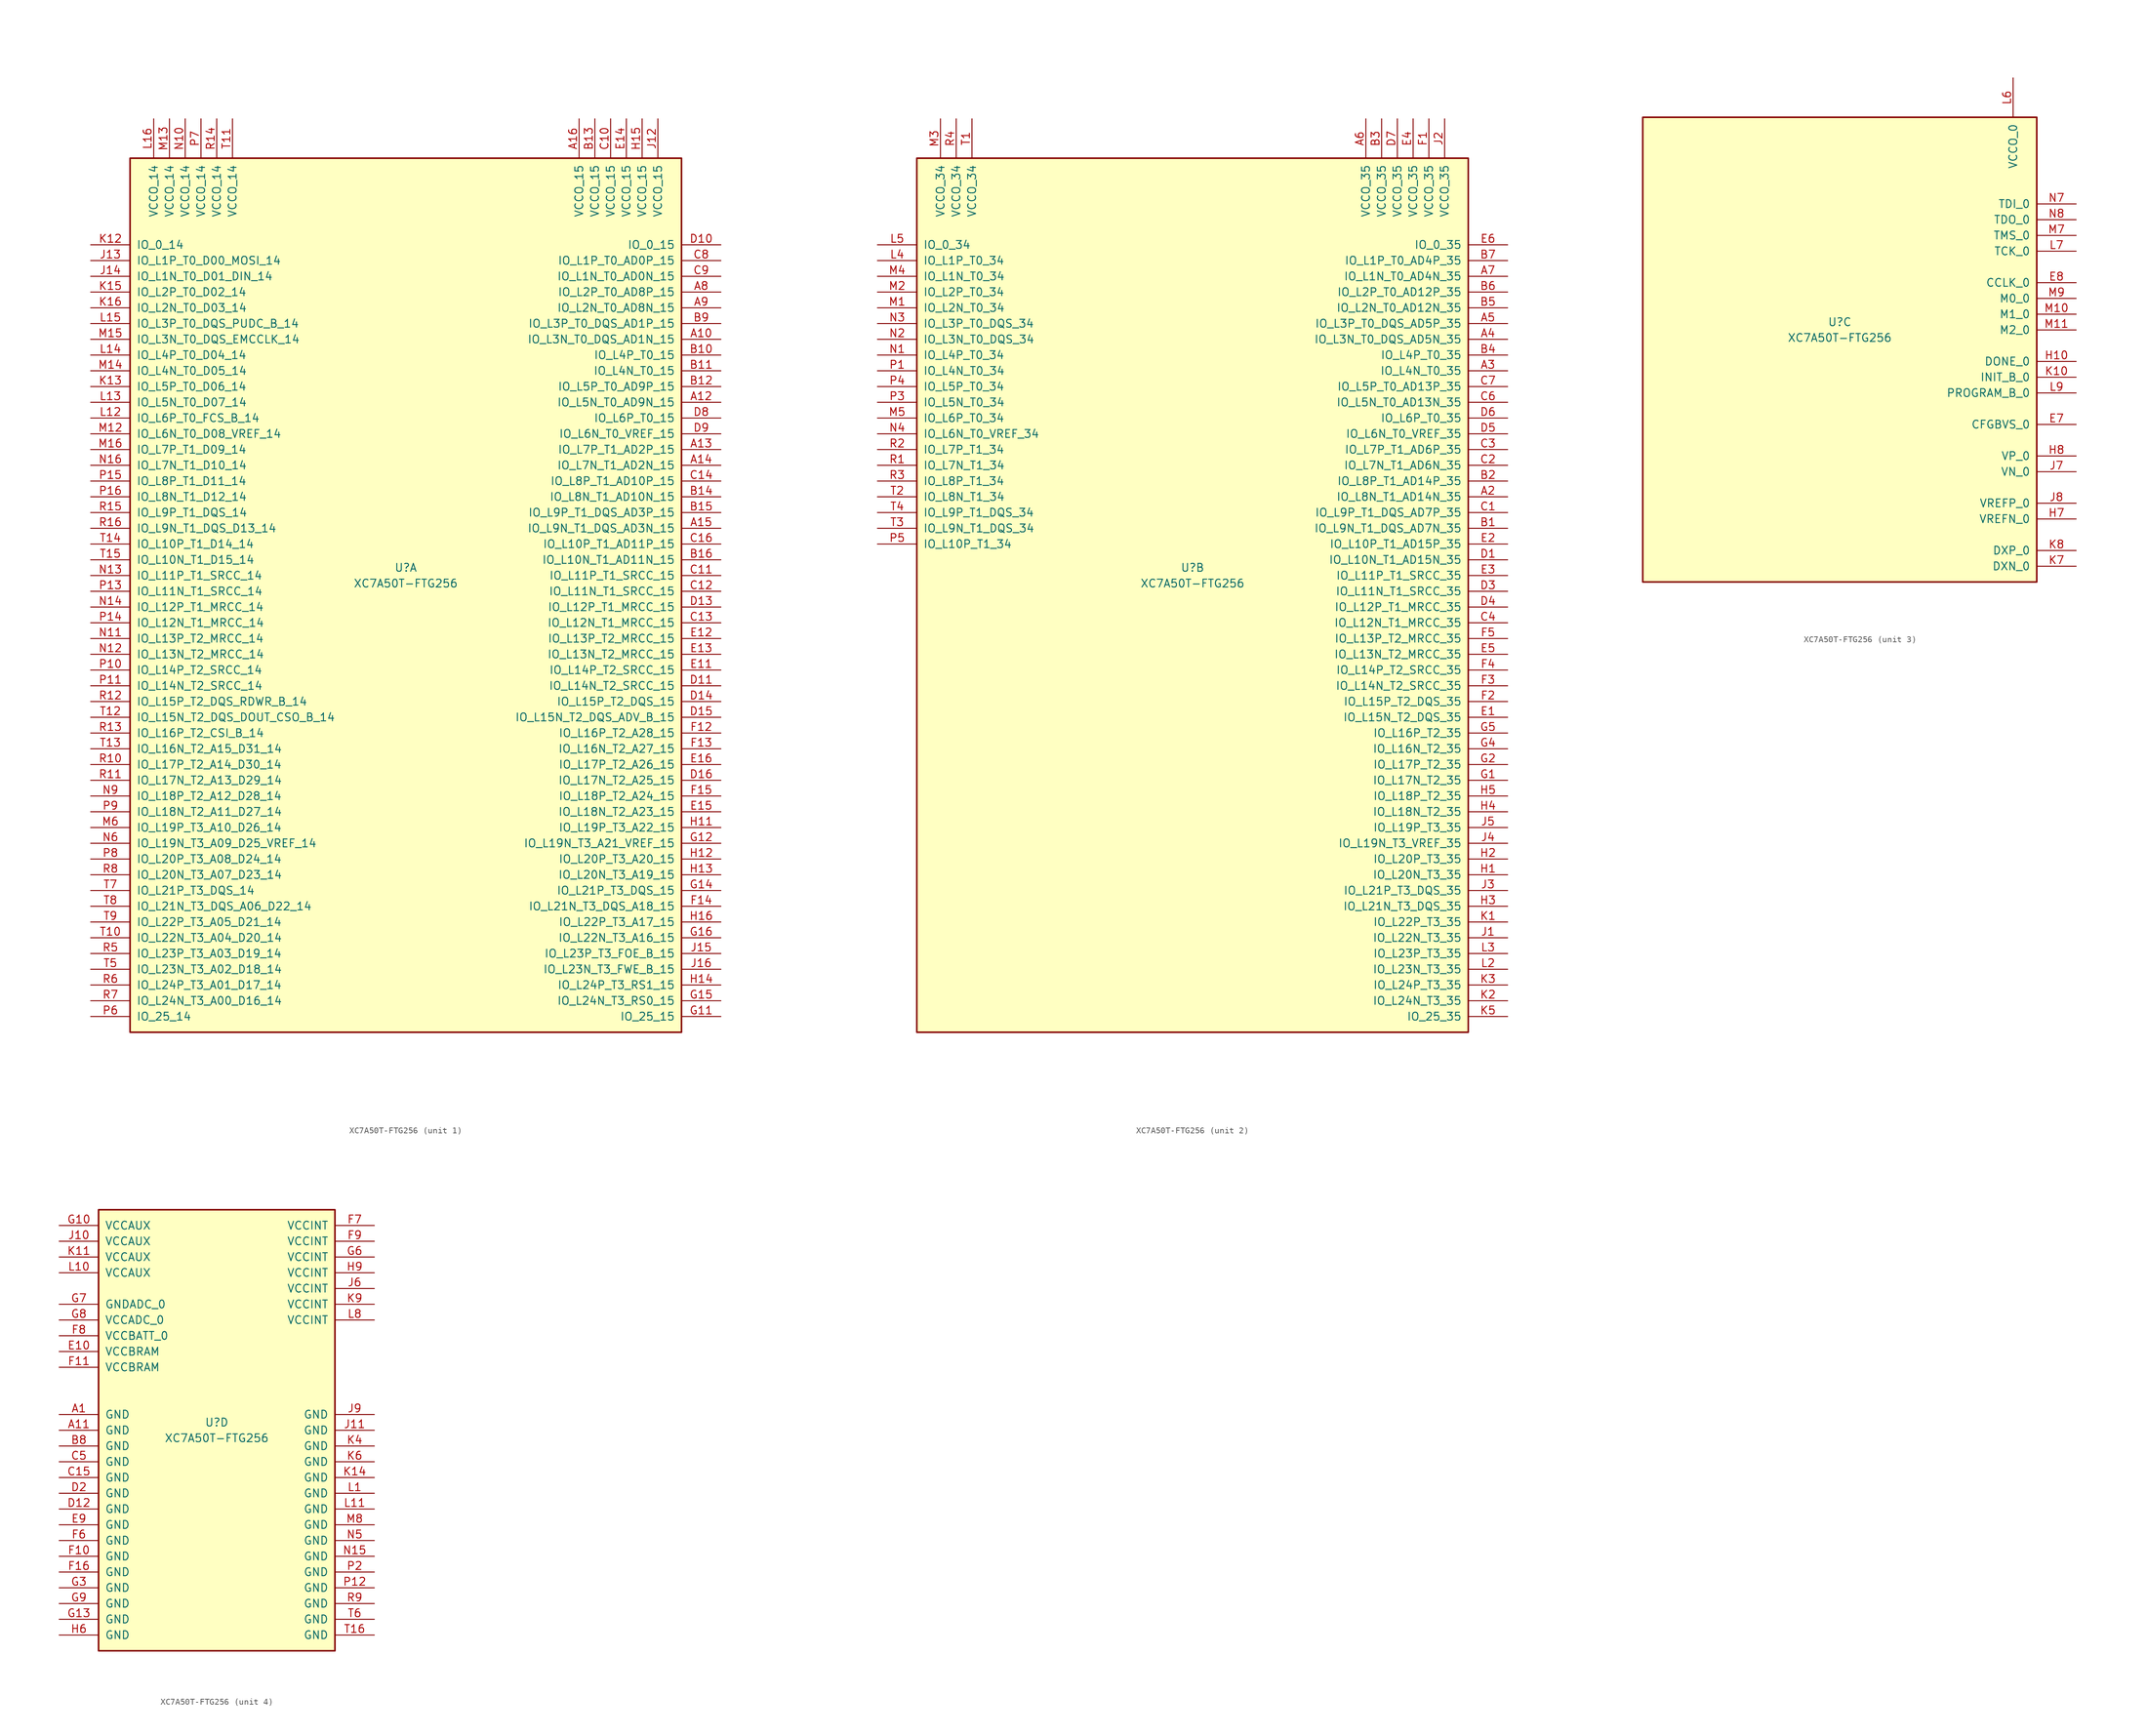
<source format=kicad_sym>
(kicad_symbol_lib
  (version 20201005)
  (generator kicad_symbol_editor)
  (symbol "XC7A50T-FTG256"
    (pin_names
      (offset 1.016))
    (property "Reference" "U"
      (at 0 1.27 0)
      (effects (font (size 1.27 1.27))))
    (property "Value" "XC7A50T-FTG256"
      (at 0 -1.27 0)
      (effects (font (size 1.27 1.27))))
    (property "Datasheet" ""
      (at 0 0 0)
      (effects (font (size 1.27 1.27))))
    (property "ki_locked" ""
      (at 0 0 0)
      (effects (font (size 1.27 1.27))))
    (symbol "XC7A50T-FTG256_1_1"
      (rectangle (start -44.45 67.31) (end 44.45 -73.66) (stroke (width 0.254)) (fill (type background)))
      (pin bidirectional line (at 50.8 38.1 180) (length 6.35) (name "IO_L3N_T0_DQS_AD1N_15" (effects (font (size 1.27 1.27)))) (number "A10" (effects (font (size 1.27 1.27)))))
      (pin bidirectional line (at 50.8 27.94 180) (length 6.35) (name "IO_L5N_T0_AD9N_15" (effects (font (size 1.27 1.27)))) (number "A12" (effects (font (size 1.27 1.27)))))
      (pin bidirectional line (at 50.8 20.32 180) (length 6.35) (name "IO_L7P_T1_AD2P_15" (effects (font (size 1.27 1.27)))) (number "A13" (effects (font (size 1.27 1.27)))))
      (pin bidirectional line (at 50.8 17.78 180) (length 6.35) (name "IO_L7N_T1_AD2N_15" (effects (font (size 1.27 1.27)))) (number "A14" (effects (font (size 1.27 1.27)))))
      (pin bidirectional line (at 50.8 7.62 180) (length 6.35) (name "IO_L9N_T1_DQS_AD3N_15" (effects (font (size 1.27 1.27)))) (number "A15" (effects (font (size 1.27 1.27)))))
      (pin power_in line (at 27.94 73.66 270) (length 6.35) (name "VCCO_15" (effects (font (size 1.27 1.27)))) (number "A16" (effects (font (size 1.27 1.27)))))
      (pin bidirectional line (at 50.8 45.72 180) (length 6.35) (name "IO_L2P_T0_AD8P_15" (effects (font (size 1.27 1.27)))) (number "A8" (effects (font (size 1.27 1.27)))))
      (pin bidirectional line (at 50.8 43.18 180) (length 6.35) (name "IO_L2N_T0_AD8N_15" (effects (font (size 1.27 1.27)))) (number "A9" (effects (font (size 1.27 1.27)))))
      (pin bidirectional line (at 50.8 35.56 180) (length 6.35) (name "IO_L4P_T0_15" (effects (font (size 1.27 1.27)))) (number "B10" (effects (font (size 1.27 1.27)))))
      (pin bidirectional line (at 50.8 33.02 180) (length 6.35) (name "IO_L4N_T0_15" (effects (font (size 1.27 1.27)))) (number "B11" (effects (font (size 1.27 1.27)))))
      (pin bidirectional line (at 50.8 30.48 180) (length 6.35) (name "IO_L5P_T0_AD9P_15" (effects (font (size 1.27 1.27)))) (number "B12" (effects (font (size 1.27 1.27)))))
      (pin power_in line (at 30.48 73.66 270) (length 6.35) (name "VCCO_15" (effects (font (size 1.27 1.27)))) (number "B13" (effects (font (size 1.27 1.27)))))
      (pin bidirectional line (at 50.8 12.7 180) (length 6.35) (name "IO_L8N_T1_AD10N_15" (effects (font (size 1.27 1.27)))) (number "B14" (effects (font (size 1.27 1.27)))))
      (pin bidirectional line (at 50.8 10.16 180) (length 6.35) (name "IO_L9P_T1_DQS_AD3P_15" (effects (font (size 1.27 1.27)))) (number "B15" (effects (font (size 1.27 1.27)))))
      (pin bidirectional line (at 50.8 2.54 180) (length 6.35) (name "IO_L10N_T1_AD11N_15" (effects (font (size 1.27 1.27)))) (number "B16" (effects (font (size 1.27 1.27)))))
      (pin bidirectional line (at 50.8 40.64 180) (length 6.35) (name "IO_L3P_T0_DQS_AD1P_15" (effects (font (size 1.27 1.27)))) (number "B9" (effects (font (size 1.27 1.27)))))
      (pin power_in line (at 33.02 73.66 270) (length 6.35) (name "VCCO_15" (effects (font (size 1.27 1.27)))) (number "C10" (effects (font (size 1.27 1.27)))))
      (pin bidirectional line (at 50.8 0 180) (length 6.35) (name "IO_L11P_T1_SRCC_15" (effects (font (size 1.27 1.27)))) (number "C11" (effects (font (size 1.27 1.27)))))
      (pin bidirectional line (at 50.8 -2.54 180) (length 6.35) (name "IO_L11N_T1_SRCC_15" (effects (font (size 1.27 1.27)))) (number "C12" (effects (font (size 1.27 1.27)))))
      (pin bidirectional line (at 50.8 -7.62 180) (length 6.35) (name "IO_L12N_T1_MRCC_15" (effects (font (size 1.27 1.27)))) (number "C13" (effects (font (size 1.27 1.27)))))
      (pin bidirectional line (at 50.8 15.24 180) (length 6.35) (name "IO_L8P_T1_AD10P_15" (effects (font (size 1.27 1.27)))) (number "C14" (effects (font (size 1.27 1.27)))))
      (pin bidirectional line (at 50.8 5.08 180) (length 6.35) (name "IO_L10P_T1_AD11P_15" (effects (font (size 1.27 1.27)))) (number "C16" (effects (font (size 1.27 1.27)))))
      (pin bidirectional line (at 50.8 50.8 180) (length 6.35) (name "IO_L1P_T0_AD0P_15" (effects (font (size 1.27 1.27)))) (number "C8" (effects (font (size 1.27 1.27)))))
      (pin bidirectional line (at 50.8 48.26 180) (length 6.35) (name "IO_L1N_T0_AD0N_15" (effects (font (size 1.27 1.27)))) (number "C9" (effects (font (size 1.27 1.27)))))
      (pin bidirectional line (at 50.8 53.34 180) (length 6.35) (name "IO_0_15" (effects (font (size 1.27 1.27)))) (number "D10" (effects (font (size 1.27 1.27)))))
      (pin bidirectional line (at 50.8 -17.78 180) (length 6.35) (name "IO_L14N_T2_SRCC_15" (effects (font (size 1.27 1.27)))) (number "D11" (effects (font (size 1.27 1.27)))))
      (pin bidirectional line (at 50.8 -5.08 180) (length 6.35) (name "IO_L12P_T1_MRCC_15" (effects (font (size 1.27 1.27)))) (number "D13" (effects (font (size 1.27 1.27)))))
      (pin bidirectional line (at 50.8 -20.32 180) (length 6.35) (name "IO_L15P_T2_DQS_15" (effects (font (size 1.27 1.27)))) (number "D14" (effects (font (size 1.27 1.27)))))
      (pin bidirectional line (at 50.8 -22.86 180) (length 6.35) (name "IO_L15N_T2_DQS_ADV_B_15" (effects (font (size 1.27 1.27)))) (number "D15" (effects (font (size 1.27 1.27)))))
      (pin bidirectional line (at 50.8 -33.02 180) (length 6.35) (name "IO_L17N_T2_A25_15" (effects (font (size 1.27 1.27)))) (number "D16" (effects (font (size 1.27 1.27)))))
      (pin bidirectional line (at 50.8 25.4 180) (length 6.35) (name "IO_L6P_T0_15" (effects (font (size 1.27 1.27)))) (number "D8" (effects (font (size 1.27 1.27)))))
      (pin bidirectional line (at 50.8 22.86 180) (length 6.35) (name "IO_L6N_T0_VREF_15" (effects (font (size 1.27 1.27)))) (number "D9" (effects (font (size 1.27 1.27)))))
      (pin bidirectional line (at 50.8 -15.24 180) (length 6.35) (name "IO_L14P_T2_SRCC_15" (effects (font (size 1.27 1.27)))) (number "E11" (effects (font (size 1.27 1.27)))))
      (pin bidirectional line (at 50.8 -10.16 180) (length 6.35) (name "IO_L13P_T2_MRCC_15" (effects (font (size 1.27 1.27)))) (number "E12" (effects (font (size 1.27 1.27)))))
      (pin bidirectional line (at 50.8 -12.7 180) (length 6.35) (name "IO_L13N_T2_MRCC_15" (effects (font (size 1.27 1.27)))) (number "E13" (effects (font (size 1.27 1.27)))))
      (pin power_in line (at 35.56 73.66 270) (length 6.35) (name "VCCO_15" (effects (font (size 1.27 1.27)))) (number "E14" (effects (font (size 1.27 1.27)))))
      (pin bidirectional line (at 50.8 -38.1 180) (length 6.35) (name "IO_L18N_T2_A23_15" (effects (font (size 1.27 1.27)))) (number "E15" (effects (font (size 1.27 1.27)))))
      (pin bidirectional line (at 50.8 -30.48 180) (length 6.35) (name "IO_L17P_T2_A26_15" (effects (font (size 1.27 1.27)))) (number "E16" (effects (font (size 1.27 1.27)))))
      (pin bidirectional line (at 50.8 -25.4 180) (length 6.35) (name "IO_L16P_T2_A28_15" (effects (font (size 1.27 1.27)))) (number "F12" (effects (font (size 1.27 1.27)))))
      (pin bidirectional line (at 50.8 -27.94 180) (length 6.35) (name "IO_L16N_T2_A27_15" (effects (font (size 1.27 1.27)))) (number "F13" (effects (font (size 1.27 1.27)))))
      (pin bidirectional line (at 50.8 -53.34 180) (length 6.35) (name "IO_L21N_T3_DQS_A18_15" (effects (font (size 1.27 1.27)))) (number "F14" (effects (font (size 1.27 1.27)))))
      (pin bidirectional line (at 50.8 -35.56 180) (length 6.35) (name "IO_L18P_T2_A24_15" (effects (font (size 1.27 1.27)))) (number "F15" (effects (font (size 1.27 1.27)))))
      (pin bidirectional line (at 50.8 -71.12 180) (length 6.35) (name "IO_25_15" (effects (font (size 1.27 1.27)))) (number "G11" (effects (font (size 1.27 1.27)))))
      (pin bidirectional line (at 50.8 -43.18 180) (length 6.35) (name "IO_L19N_T3_A21_VREF_15" (effects (font (size 1.27 1.27)))) (number "G12" (effects (font (size 1.27 1.27)))))
      (pin bidirectional line (at 50.8 -50.8 180) (length 6.35) (name "IO_L21P_T3_DQS_15" (effects (font (size 1.27 1.27)))) (number "G14" (effects (font (size 1.27 1.27)))))
      (pin bidirectional line (at 50.8 -68.58 180) (length 6.35) (name "IO_L24N_T3_RS0_15" (effects (font (size 1.27 1.27)))) (number "G15" (effects (font (size 1.27 1.27)))))
      (pin bidirectional line (at 50.8 -58.42 180) (length 6.35) (name "IO_L22N_T3_A16_15" (effects (font (size 1.27 1.27)))) (number "G16" (effects (font (size 1.27 1.27)))))
      (pin bidirectional line (at 50.8 -40.64 180) (length 6.35) (name "IO_L19P_T3_A22_15" (effects (font (size 1.27 1.27)))) (number "H11" (effects (font (size 1.27 1.27)))))
      (pin bidirectional line (at 50.8 -45.72 180) (length 6.35) (name "IO_L20P_T3_A20_15" (effects (font (size 1.27 1.27)))) (number "H12" (effects (font (size 1.27 1.27)))))
      (pin bidirectional line (at 50.8 -48.26 180) (length 6.35) (name "IO_L20N_T3_A19_15" (effects (font (size 1.27 1.27)))) (number "H13" (effects (font (size 1.27 1.27)))))
      (pin bidirectional line (at 50.8 -66.04 180) (length 6.35) (name "IO_L24P_T3_RS1_15" (effects (font (size 1.27 1.27)))) (number "H14" (effects (font (size 1.27 1.27)))))
      (pin power_in line (at 38.1 73.66 270) (length 6.35) (name "VCCO_15" (effects (font (size 1.27 1.27)))) (number "H15" (effects (font (size 1.27 1.27)))))
      (pin bidirectional line (at 50.8 -55.88 180) (length 6.35) (name "IO_L22P_T3_A17_15" (effects (font (size 1.27 1.27)))) (number "H16" (effects (font (size 1.27 1.27)))))
      (pin power_in line (at 40.64 73.66 270) (length 6.35) (name "VCCO_15" (effects (font (size 1.27 1.27)))) (number "J12" (effects (font (size 1.27 1.27)))))
      (pin bidirectional line (at -50.8 50.8 0) (length 6.35) (name "IO_L1P_T0_D00_MOSI_14" (effects (font (size 1.27 1.27)))) (number "J13" (effects (font (size 1.27 1.27)))))
      (pin bidirectional line (at -50.8 48.26 0) (length 6.35) (name "IO_L1N_T0_D01_DIN_14" (effects (font (size 1.27 1.27)))) (number "J14" (effects (font (size 1.27 1.27)))))
      (pin bidirectional line (at 50.8 -60.96 180) (length 6.35) (name "IO_L23P_T3_FOE_B_15" (effects (font (size 1.27 1.27)))) (number "J15" (effects (font (size 1.27 1.27)))))
      (pin bidirectional line (at 50.8 -63.5 180) (length 6.35) (name "IO_L23N_T3_FWE_B_15" (effects (font (size 1.27 1.27)))) (number "J16" (effects (font (size 1.27 1.27)))))
      (pin bidirectional line (at -50.8 53.34 0) (length 6.35) (name "IO_0_14" (effects (font (size 1.27 1.27)))) (number "K12" (effects (font (size 1.27 1.27)))))
      (pin bidirectional line (at -50.8 30.48 0) (length 6.35) (name "IO_L5P_T0_D06_14" (effects (font (size 1.27 1.27)))) (number "K13" (effects (font (size 1.27 1.27)))))
      (pin bidirectional line (at -50.8 45.72 0) (length 6.35) (name "IO_L2P_T0_D02_14" (effects (font (size 1.27 1.27)))) (number "K15" (effects (font (size 1.27 1.27)))))
      (pin bidirectional line (at -50.8 43.18 0) (length 6.35) (name "IO_L2N_T0_D03_14" (effects (font (size 1.27 1.27)))) (number "K16" (effects (font (size 1.27 1.27)))))
      (pin bidirectional line (at -50.8 25.4 0) (length 6.35) (name "IO_L6P_T0_FCS_B_14" (effects (font (size 1.27 1.27)))) (number "L12" (effects (font (size 1.27 1.27)))))
      (pin bidirectional line (at -50.8 27.94 0) (length 6.35) (name "IO_L5N_T0_D07_14" (effects (font (size 1.27 1.27)))) (number "L13" (effects (font (size 1.27 1.27)))))
      (pin bidirectional line (at -50.8 35.56 0) (length 6.35) (name "IO_L4P_T0_D04_14" (effects (font (size 1.27 1.27)))) (number "L14" (effects (font (size 1.27 1.27)))))
      (pin bidirectional line (at -50.8 40.64 0) (length 6.35) (name "IO_L3P_T0_DQS_PUDC_B_14" (effects (font (size 1.27 1.27)))) (number "L15" (effects (font (size 1.27 1.27)))))
      (pin power_in line (at -40.64 73.66 270) (length 6.35) (name "VCCO_14" (effects (font (size 1.27 1.27)))) (number "L16" (effects (font (size 1.27 1.27)))))
      (pin bidirectional line (at -50.8 22.86 0) (length 6.35) (name "IO_L6N_T0_D08_VREF_14" (effects (font (size 1.27 1.27)))) (number "M12" (effects (font (size 1.27 1.27)))))
      (pin power_in line (at -38.1 73.66 270) (length 6.35) (name "VCCO_14" (effects (font (size 1.27 1.27)))) (number "M13" (effects (font (size 1.27 1.27)))))
      (pin bidirectional line (at -50.8 33.02 0) (length 6.35) (name "IO_L4N_T0_D05_14" (effects (font (size 1.27 1.27)))) (number "M14" (effects (font (size 1.27 1.27)))))
      (pin bidirectional line (at -50.8 38.1 0) (length 6.35) (name "IO_L3N_T0_DQS_EMCCLK_14" (effects (font (size 1.27 1.27)))) (number "M15" (effects (font (size 1.27 1.27)))))
      (pin bidirectional line (at -50.8 20.32 0) (length 6.35) (name "IO_L7P_T1_D09_14" (effects (font (size 1.27 1.27)))) (number "M16" (effects (font (size 1.27 1.27)))))
      (pin bidirectional line (at -50.8 -40.64 0) (length 6.35) (name "IO_L19P_T3_A10_D26_14" (effects (font (size 1.27 1.27)))) (number "M6" (effects (font (size 1.27 1.27)))))
      (pin power_in line (at -35.56 73.66 270) (length 6.35) (name "VCCO_14" (effects (font (size 1.27 1.27)))) (number "N10" (effects (font (size 1.27 1.27)))))
      (pin bidirectional line (at -50.8 -10.16 0) (length 6.35) (name "IO_L13P_T2_MRCC_14" (effects (font (size 1.27 1.27)))) (number "N11" (effects (font (size 1.27 1.27)))))
      (pin bidirectional line (at -50.8 -12.7 0) (length 6.35) (name "IO_L13N_T2_MRCC_14" (effects (font (size 1.27 1.27)))) (number "N12" (effects (font (size 1.27 1.27)))))
      (pin bidirectional line (at -50.8 0 0) (length 6.35) (name "IO_L11P_T1_SRCC_14" (effects (font (size 1.27 1.27)))) (number "N13" (effects (font (size 1.27 1.27)))))
      (pin bidirectional line (at -50.8 -5.08 0) (length 6.35) (name "IO_L12P_T1_MRCC_14" (effects (font (size 1.27 1.27)))) (number "N14" (effects (font (size 1.27 1.27)))))
      (pin bidirectional line (at -50.8 17.78 0) (length 6.35) (name "IO_L7N_T1_D10_14" (effects (font (size 1.27 1.27)))) (number "N16" (effects (font (size 1.27 1.27)))))
      (pin bidirectional line (at -50.8 -43.18 0) (length 6.35) (name "IO_L19N_T3_A09_D25_VREF_14" (effects (font (size 1.27 1.27)))) (number "N6" (effects (font (size 1.27 1.27)))))
      (pin bidirectional line (at -50.8 -35.56 0) (length 6.35) (name "IO_L18P_T2_A12_D28_14" (effects (font (size 1.27 1.27)))) (number "N9" (effects (font (size 1.27 1.27)))))
      (pin bidirectional line (at -50.8 -15.24 0) (length 6.35) (name "IO_L14P_T2_SRCC_14" (effects (font (size 1.27 1.27)))) (number "P10" (effects (font (size 1.27 1.27)))))
      (pin bidirectional line (at -50.8 -17.78 0) (length 6.35) (name "IO_L14N_T2_SRCC_14" (effects (font (size 1.27 1.27)))) (number "P11" (effects (font (size 1.27 1.27)))))
      (pin bidirectional line (at -50.8 -2.54 0) (length 6.35) (name "IO_L11N_T1_SRCC_14" (effects (font (size 1.27 1.27)))) (number "P13" (effects (font (size 1.27 1.27)))))
      (pin bidirectional line (at -50.8 -7.62 0) (length 6.35) (name "IO_L12N_T1_MRCC_14" (effects (font (size 1.27 1.27)))) (number "P14" (effects (font (size 1.27 1.27)))))
      (pin bidirectional line (at -50.8 15.24 0) (length 6.35) (name "IO_L8P_T1_D11_14" (effects (font (size 1.27 1.27)))) (number "P15" (effects (font (size 1.27 1.27)))))
      (pin bidirectional line (at -50.8 12.7 0) (length 6.35) (name "IO_L8N_T1_D12_14" (effects (font (size 1.27 1.27)))) (number "P16" (effects (font (size 1.27 1.27)))))
      (pin bidirectional line (at -50.8 -71.12 0) (length 6.35) (name "IO_25_14" (effects (font (size 1.27 1.27)))) (number "P6" (effects (font (size 1.27 1.27)))))
      (pin power_in line (at -33.02 73.66 270) (length 6.35) (name "VCCO_14" (effects (font (size 1.27 1.27)))) (number "P7" (effects (font (size 1.27 1.27)))))
      (pin bidirectional line (at -50.8 -45.72 0) (length 6.35) (name "IO_L20P_T3_A08_D24_14" (effects (font (size 1.27 1.27)))) (number "P8" (effects (font (size 1.27 1.27)))))
      (pin bidirectional line (at -50.8 -38.1 0) (length 6.35) (name "IO_L18N_T2_A11_D27_14" (effects (font (size 1.27 1.27)))) (number "P9" (effects (font (size 1.27 1.27)))))
      (pin bidirectional line (at -50.8 -30.48 0) (length 6.35) (name "IO_L17P_T2_A14_D30_14" (effects (font (size 1.27 1.27)))) (number "R10" (effects (font (size 1.27 1.27)))))
      (pin bidirectional line (at -50.8 -33.02 0) (length 6.35) (name "IO_L17N_T2_A13_D29_14" (effects (font (size 1.27 1.27)))) (number "R11" (effects (font (size 1.27 1.27)))))
      (pin bidirectional line (at -50.8 -20.32 0) (length 6.35) (name "IO_L15P_T2_DQS_RDWR_B_14" (effects (font (size 1.27 1.27)))) (number "R12" (effects (font (size 1.27 1.27)))))
      (pin bidirectional line (at -50.8 -25.4 0) (length 6.35) (name "IO_L16P_T2_CSI_B_14" (effects (font (size 1.27 1.27)))) (number "R13" (effects (font (size 1.27 1.27)))))
      (pin power_in line (at -30.48 73.66 270) (length 6.35) (name "VCCO_14" (effects (font (size 1.27 1.27)))) (number "R14" (effects (font (size 1.27 1.27)))))
      (pin bidirectional line (at -50.8 10.16 0) (length 6.35) (name "IO_L9P_T1_DQS_14" (effects (font (size 1.27 1.27)))) (number "R15" (effects (font (size 1.27 1.27)))))
      (pin bidirectional line (at -50.8 7.62 0) (length 6.35) (name "IO_L9N_T1_DQS_D13_14" (effects (font (size 1.27 1.27)))) (number "R16" (effects (font (size 1.27 1.27)))))
      (pin bidirectional line (at -50.8 -60.96 0) (length 6.35) (name "IO_L23P_T3_A03_D19_14" (effects (font (size 1.27 1.27)))) (number "R5" (effects (font (size 1.27 1.27)))))
      (pin bidirectional line (at -50.8 -66.04 0) (length 6.35) (name "IO_L24P_T3_A01_D17_14" (effects (font (size 1.27 1.27)))) (number "R6" (effects (font (size 1.27 1.27)))))
      (pin bidirectional line (at -50.8 -68.58 0) (length 6.35) (name "IO_L24N_T3_A00_D16_14" (effects (font (size 1.27 1.27)))) (number "R7" (effects (font (size 1.27 1.27)))))
      (pin bidirectional line (at -50.8 -48.26 0) (length 6.35) (name "IO_L20N_T3_A07_D23_14" (effects (font (size 1.27 1.27)))) (number "R8" (effects (font (size 1.27 1.27)))))
      (pin bidirectional line (at -50.8 -58.42 0) (length 6.35) (name "IO_L22N_T3_A04_D20_14" (effects (font (size 1.27 1.27)))) (number "T10" (effects (font (size 1.27 1.27)))))
      (pin power_in line (at -27.94 73.66 270) (length 6.35) (name "VCCO_14" (effects (font (size 1.27 1.27)))) (number "T11" (effects (font (size 1.27 1.27)))))
      (pin bidirectional line (at -50.8 -22.86 0) (length 6.35) (name "IO_L15N_T2_DQS_DOUT_CSO_B_14" (effects (font (size 1.27 1.27)))) (number "T12" (effects (font (size 1.27 1.27)))))
      (pin bidirectional line (at -50.8 -27.94 0) (length 6.35) (name "IO_L16N_T2_A15_D31_14" (effects (font (size 1.27 1.27)))) (number "T13" (effects (font (size 1.27 1.27)))))
      (pin bidirectional line (at -50.8 5.08 0) (length 6.35) (name "IO_L10P_T1_D14_14" (effects (font (size 1.27 1.27)))) (number "T14" (effects (font (size 1.27 1.27)))))
      (pin bidirectional line (at -50.8 2.54 0) (length 6.35) (name "IO_L10N_T1_D15_14" (effects (font (size 1.27 1.27)))) (number "T15" (effects (font (size 1.27 1.27)))))
      (pin bidirectional line (at -50.8 -63.5 0) (length 6.35) (name "IO_L23N_T3_A02_D18_14" (effects (font (size 1.27 1.27)))) (number "T5" (effects (font (size 1.27 1.27)))))
      (pin bidirectional line (at -50.8 -50.8 0) (length 6.35) (name "IO_L21P_T3_DQS_14" (effects (font (size 1.27 1.27)))) (number "T7" (effects (font (size 1.27 1.27)))))
      (pin bidirectional line (at -50.8 -53.34 0) (length 6.35) (name "IO_L21N_T3_DQS_A06_D22_14" (effects (font (size 1.27 1.27)))) (number "T8" (effects (font (size 1.27 1.27)))))
      (pin bidirectional line (at -50.8 -55.88 0) (length 6.35) (name "IO_L22P_T3_A05_D21_14" (effects (font (size 1.27 1.27)))) (number "T9" (effects (font (size 1.27 1.27))))))
    (symbol "XC7A50T-FTG256_2_1"
      (rectangle (start -44.45 67.31) (end 44.45 -73.66) (stroke (width 0.254)) (fill (type background)))
      (pin bidirectional line (at 50.8 12.7 180) (length 6.35) (name "IO_L8N_T1_AD14N_35" (effects (font (size 1.27 1.27)))) (number "A2" (effects (font (size 1.27 1.27)))))
      (pin bidirectional line (at 50.8 33.02 180) (length 6.35) (name "IO_L4N_T0_35" (effects (font (size 1.27 1.27)))) (number "A3" (effects (font (size 1.27 1.27)))))
      (pin bidirectional line (at 50.8 38.1 180) (length 6.35) (name "IO_L3N_T0_DQS_AD5N_35" (effects (font (size 1.27 1.27)))) (number "A4" (effects (font (size 1.27 1.27)))))
      (pin bidirectional line (at 50.8 40.64 180) (length 6.35) (name "IO_L3P_T0_DQS_AD5P_35" (effects (font (size 1.27 1.27)))) (number "A5" (effects (font (size 1.27 1.27)))))
      (pin power_in line (at 27.94 73.66 270) (length 6.35) (name "VCCO_35" (effects (font (size 1.27 1.27)))) (number "A6" (effects (font (size 1.27 1.27)))))
      (pin bidirectional line (at 50.8 48.26 180) (length 6.35) (name "IO_L1N_T0_AD4N_35" (effects (font (size 1.27 1.27)))) (number "A7" (effects (font (size 1.27 1.27)))))
      (pin bidirectional line (at 50.8 7.62 180) (length 6.35) (name "IO_L9N_T1_DQS_AD7N_35" (effects (font (size 1.27 1.27)))) (number "B1" (effects (font (size 1.27 1.27)))))
      (pin bidirectional line (at 50.8 15.24 180) (length 6.35) (name "IO_L8P_T1_AD14P_35" (effects (font (size 1.27 1.27)))) (number "B2" (effects (font (size 1.27 1.27)))))
      (pin power_in line (at 30.48 73.66 270) (length 6.35) (name "VCCO_35" (effects (font (size 1.27 1.27)))) (number "B3" (effects (font (size 1.27 1.27)))))
      (pin bidirectional line (at 50.8 35.56 180) (length 6.35) (name "IO_L4P_T0_35" (effects (font (size 1.27 1.27)))) (number "B4" (effects (font (size 1.27 1.27)))))
      (pin bidirectional line (at 50.8 43.18 180) (length 6.35) (name "IO_L2N_T0_AD12N_35" (effects (font (size 1.27 1.27)))) (number "B5" (effects (font (size 1.27 1.27)))))
      (pin bidirectional line (at 50.8 45.72 180) (length 6.35) (name "IO_L2P_T0_AD12P_35" (effects (font (size 1.27 1.27)))) (number "B6" (effects (font (size 1.27 1.27)))))
      (pin bidirectional line (at 50.8 50.8 180) (length 6.35) (name "IO_L1P_T0_AD4P_35" (effects (font (size 1.27 1.27)))) (number "B7" (effects (font (size 1.27 1.27)))))
      (pin bidirectional line (at 50.8 10.16 180) (length 6.35) (name "IO_L9P_T1_DQS_AD7P_35" (effects (font (size 1.27 1.27)))) (number "C1" (effects (font (size 1.27 1.27)))))
      (pin bidirectional line (at 50.8 17.78 180) (length 6.35) (name "IO_L7N_T1_AD6N_35" (effects (font (size 1.27 1.27)))) (number "C2" (effects (font (size 1.27 1.27)))))
      (pin bidirectional line (at 50.8 20.32 180) (length 6.35) (name "IO_L7P_T1_AD6P_35" (effects (font (size 1.27 1.27)))) (number "C3" (effects (font (size 1.27 1.27)))))
      (pin bidirectional line (at 50.8 -7.62 180) (length 6.35) (name "IO_L12N_T1_MRCC_35" (effects (font (size 1.27 1.27)))) (number "C4" (effects (font (size 1.27 1.27)))))
      (pin bidirectional line (at 50.8 27.94 180) (length 6.35) (name "IO_L5N_T0_AD13N_35" (effects (font (size 1.27 1.27)))) (number "C6" (effects (font (size 1.27 1.27)))))
      (pin bidirectional line (at 50.8 30.48 180) (length 6.35) (name "IO_L5P_T0_AD13P_35" (effects (font (size 1.27 1.27)))) (number "C7" (effects (font (size 1.27 1.27)))))
      (pin bidirectional line (at 50.8 2.54 180) (length 6.35) (name "IO_L10N_T1_AD15N_35" (effects (font (size 1.27 1.27)))) (number "D1" (effects (font (size 1.27 1.27)))))
      (pin bidirectional line (at 50.8 -2.54 180) (length 6.35) (name "IO_L11N_T1_SRCC_35" (effects (font (size 1.27 1.27)))) (number "D3" (effects (font (size 1.27 1.27)))))
      (pin bidirectional line (at 50.8 -5.08 180) (length 6.35) (name "IO_L12P_T1_MRCC_35" (effects (font (size 1.27 1.27)))) (number "D4" (effects (font (size 1.27 1.27)))))
      (pin bidirectional line (at 50.8 22.86 180) (length 6.35) (name "IO_L6N_T0_VREF_35" (effects (font (size 1.27 1.27)))) (number "D5" (effects (font (size 1.27 1.27)))))
      (pin bidirectional line (at 50.8 25.4 180) (length 6.35) (name "IO_L6P_T0_35" (effects (font (size 1.27 1.27)))) (number "D6" (effects (font (size 1.27 1.27)))))
      (pin power_in line (at 33.02 73.66 270) (length 6.35) (name "VCCO_35" (effects (font (size 1.27 1.27)))) (number "D7" (effects (font (size 1.27 1.27)))))
      (pin bidirectional line (at 50.8 -22.86 180) (length 6.35) (name "IO_L15N_T2_DQS_35" (effects (font (size 1.27 1.27)))) (number "E1" (effects (font (size 1.27 1.27)))))
      (pin bidirectional line (at 50.8 5.08 180) (length 6.35) (name "IO_L10P_T1_AD15P_35" (effects (font (size 1.27 1.27)))) (number "E2" (effects (font (size 1.27 1.27)))))
      (pin bidirectional line (at 50.8 0 180) (length 6.35) (name "IO_L11P_T1_SRCC_35" (effects (font (size 1.27 1.27)))) (number "E3" (effects (font (size 1.27 1.27)))))
      (pin power_in line (at 35.56 73.66 270) (length 6.35) (name "VCCO_35" (effects (font (size 1.27 1.27)))) (number "E4" (effects (font (size 1.27 1.27)))))
      (pin bidirectional line (at 50.8 -12.7 180) (length 6.35) (name "IO_L13N_T2_MRCC_35" (effects (font (size 1.27 1.27)))) (number "E5" (effects (font (size 1.27 1.27)))))
      (pin bidirectional line (at 50.8 53.34 180) (length 6.35) (name "IO_0_35" (effects (font (size 1.27 1.27)))) (number "E6" (effects (font (size 1.27 1.27)))))
      (pin power_in line (at 38.1 73.66 270) (length 6.35) (name "VCCO_35" (effects (font (size 1.27 1.27)))) (number "F1" (effects (font (size 1.27 1.27)))))
      (pin bidirectional line (at 50.8 -20.32 180) (length 6.35) (name "IO_L15P_T2_DQS_35" (effects (font (size 1.27 1.27)))) (number "F2" (effects (font (size 1.27 1.27)))))
      (pin bidirectional line (at 50.8 -17.78 180) (length 6.35) (name "IO_L14N_T2_SRCC_35" (effects (font (size 1.27 1.27)))) (number "F3" (effects (font (size 1.27 1.27)))))
      (pin bidirectional line (at 50.8 -15.24 180) (length 6.35) (name "IO_L14P_T2_SRCC_35" (effects (font (size 1.27 1.27)))) (number "F4" (effects (font (size 1.27 1.27)))))
      (pin bidirectional line (at 50.8 -10.16 180) (length 6.35) (name "IO_L13P_T2_MRCC_35" (effects (font (size 1.27 1.27)))) (number "F5" (effects (font (size 1.27 1.27)))))
      (pin bidirectional line (at 50.8 -33.02 180) (length 6.35) (name "IO_L17N_T2_35" (effects (font (size 1.27 1.27)))) (number "G1" (effects (font (size 1.27 1.27)))))
      (pin bidirectional line (at 50.8 -30.48 180) (length 6.35) (name "IO_L17P_T2_35" (effects (font (size 1.27 1.27)))) (number "G2" (effects (font (size 1.27 1.27)))))
      (pin bidirectional line (at 50.8 -27.94 180) (length 6.35) (name "IO_L16N_T2_35" (effects (font (size 1.27 1.27)))) (number "G4" (effects (font (size 1.27 1.27)))))
      (pin bidirectional line (at 50.8 -25.4 180) (length 6.35) (name "IO_L16P_T2_35" (effects (font (size 1.27 1.27)))) (number "G5" (effects (font (size 1.27 1.27)))))
      (pin bidirectional line (at 50.8 -48.26 180) (length 6.35) (name "IO_L20N_T3_35" (effects (font (size 1.27 1.27)))) (number "H1" (effects (font (size 1.27 1.27)))))
      (pin bidirectional line (at 50.8 -45.72 180) (length 6.35) (name "IO_L20P_T3_35" (effects (font (size 1.27 1.27)))) (number "H2" (effects (font (size 1.27 1.27)))))
      (pin bidirectional line (at 50.8 -53.34 180) (length 6.35) (name "IO_L21N_T3_DQS_35" (effects (font (size 1.27 1.27)))) (number "H3" (effects (font (size 1.27 1.27)))))
      (pin bidirectional line (at 50.8 -38.1 180) (length 6.35) (name "IO_L18N_T2_35" (effects (font (size 1.27 1.27)))) (number "H4" (effects (font (size 1.27 1.27)))))
      (pin bidirectional line (at 50.8 -35.56 180) (length 6.35) (name "IO_L18P_T2_35" (effects (font (size 1.27 1.27)))) (number "H5" (effects (font (size 1.27 1.27)))))
      (pin bidirectional line (at 50.8 -58.42 180) (length 6.35) (name "IO_L22N_T3_35" (effects (font (size 1.27 1.27)))) (number "J1" (effects (font (size 1.27 1.27)))))
      (pin power_in line (at 40.64 73.66 270) (length 6.35) (name "VCCO_35" (effects (font (size 1.27 1.27)))) (number "J2" (effects (font (size 1.27 1.27)))))
      (pin bidirectional line (at 50.8 -50.8 180) (length 6.35) (name "IO_L21P_T3_DQS_35" (effects (font (size 1.27 1.27)))) (number "J3" (effects (font (size 1.27 1.27)))))
      (pin bidirectional line (at 50.8 -43.18 180) (length 6.35) (name "IO_L19N_T3_VREF_35" (effects (font (size 1.27 1.27)))) (number "J4" (effects (font (size 1.27 1.27)))))
      (pin bidirectional line (at 50.8 -40.64 180) (length 6.35) (name "IO_L19P_T3_35" (effects (font (size 1.27 1.27)))) (number "J5" (effects (font (size 1.27 1.27)))))
      (pin bidirectional line (at 50.8 -55.88 180) (length 6.35) (name "IO_L22P_T3_35" (effects (font (size 1.27 1.27)))) (number "K1" (effects (font (size 1.27 1.27)))))
      (pin bidirectional line (at 50.8 -68.58 180) (length 6.35) (name "IO_L24N_T3_35" (effects (font (size 1.27 1.27)))) (number "K2" (effects (font (size 1.27 1.27)))))
      (pin bidirectional line (at 50.8 -66.04 180) (length 6.35) (name "IO_L24P_T3_35" (effects (font (size 1.27 1.27)))) (number "K3" (effects (font (size 1.27 1.27)))))
      (pin bidirectional line (at 50.8 -71.12 180) (length 6.35) (name "IO_25_35" (effects (font (size 1.27 1.27)))) (number "K5" (effects (font (size 1.27 1.27)))))
      (pin bidirectional line (at 50.8 -63.5 180) (length 6.35) (name "IO_L23N_T3_35" (effects (font (size 1.27 1.27)))) (number "L2" (effects (font (size 1.27 1.27)))))
      (pin bidirectional line (at 50.8 -60.96 180) (length 6.35) (name "IO_L23P_T3_35" (effects (font (size 1.27 1.27)))) (number "L3" (effects (font (size 1.27 1.27)))))
      (pin bidirectional line (at -50.8 50.8 0) (length 6.35) (name "IO_L1P_T0_34" (effects (font (size 1.27 1.27)))) (number "L4" (effects (font (size 1.27 1.27)))))
      (pin bidirectional line (at -50.8 53.34 0) (length 6.35) (name "IO_0_34" (effects (font (size 1.27 1.27)))) (number "L5" (effects (font (size 1.27 1.27)))))
      (pin bidirectional line (at -50.8 43.18 0) (length 6.35) (name "IO_L2N_T0_34" (effects (font (size 1.27 1.27)))) (number "M1" (effects (font (size 1.27 1.27)))))
      (pin bidirectional line (at -50.8 45.72 0) (length 6.35) (name "IO_L2P_T0_34" (effects (font (size 1.27 1.27)))) (number "M2" (effects (font (size 1.27 1.27)))))
      (pin power_in line (at -40.64 73.66 270) (length 6.35) (name "VCCO_34" (effects (font (size 1.27 1.27)))) (number "M3" (effects (font (size 1.27 1.27)))))
      (pin bidirectional line (at -50.8 48.26 0) (length 6.35) (name "IO_L1N_T0_34" (effects (font (size 1.27 1.27)))) (number "M4" (effects (font (size 1.27 1.27)))))
      (pin bidirectional line (at -50.8 25.4 0) (length 6.35) (name "IO_L6P_T0_34" (effects (font (size 1.27 1.27)))) (number "M5" (effects (font (size 1.27 1.27)))))
      (pin bidirectional line (at -50.8 35.56 0) (length 6.35) (name "IO_L4P_T0_34" (effects (font (size 1.27 1.27)))) (number "N1" (effects (font (size 1.27 1.27)))))
      (pin bidirectional line (at -50.8 38.1 0) (length 6.35) (name "IO_L3N_T0_DQS_34" (effects (font (size 1.27 1.27)))) (number "N2" (effects (font (size 1.27 1.27)))))
      (pin bidirectional line (at -50.8 40.64 0) (length 6.35) (name "IO_L3P_T0_DQS_34" (effects (font (size 1.27 1.27)))) (number "N3" (effects (font (size 1.27 1.27)))))
      (pin bidirectional line (at -50.8 22.86 0) (length 6.35) (name "IO_L6N_T0_VREF_34" (effects (font (size 1.27 1.27)))) (number "N4" (effects (font (size 1.27 1.27)))))
      (pin bidirectional line (at -50.8 33.02 0) (length 6.35) (name "IO_L4N_T0_34" (effects (font (size 1.27 1.27)))) (number "P1" (effects (font (size 1.27 1.27)))))
      (pin bidirectional line (at -50.8 27.94 0) (length 6.35) (name "IO_L5N_T0_34" (effects (font (size 1.27 1.27)))) (number "P3" (effects (font (size 1.27 1.27)))))
      (pin bidirectional line (at -50.8 30.48 0) (length 6.35) (name "IO_L5P_T0_34" (effects (font (size 1.27 1.27)))) (number "P4" (effects (font (size 1.27 1.27)))))
      (pin bidirectional line (at -50.8 5.08 0) (length 6.35) (name "IO_L10P_T1_34" (effects (font (size 1.27 1.27)))) (number "P5" (effects (font (size 1.27 1.27)))))
      (pin bidirectional line (at -50.8 17.78 0) (length 6.35) (name "IO_L7N_T1_34" (effects (font (size 1.27 1.27)))) (number "R1" (effects (font (size 1.27 1.27)))))
      (pin bidirectional line (at -50.8 20.32 0) (length 6.35) (name "IO_L7P_T1_34" (effects (font (size 1.27 1.27)))) (number "R2" (effects (font (size 1.27 1.27)))))
      (pin bidirectional line (at -50.8 15.24 0) (length 6.35) (name "IO_L8P_T1_34" (effects (font (size 1.27 1.27)))) (number "R3" (effects (font (size 1.27 1.27)))))
      (pin power_in line (at -38.1 73.66 270) (length 6.35) (name "VCCO_34" (effects (font (size 1.27 1.27)))) (number "R4" (effects (font (size 1.27 1.27)))))
      (pin power_in line (at -35.56 73.66 270) (length 6.35) (name "VCCO_34" (effects (font (size 1.27 1.27)))) (number "T1" (effects (font (size 1.27 1.27)))))
      (pin bidirectional line (at -50.8 12.7 0) (length 6.35) (name "IO_L8N_T1_34" (effects (font (size 1.27 1.27)))) (number "T2" (effects (font (size 1.27 1.27)))))
      (pin bidirectional line (at -50.8 7.62 0) (length 6.35) (name "IO_L9N_T1_DQS_34" (effects (font (size 1.27 1.27)))) (number "T3" (effects (font (size 1.27 1.27)))))
      (pin bidirectional line (at -50.8 10.16 0) (length 6.35) (name "IO_L9P_T1_DQS_34" (effects (font (size 1.27 1.27)))) (number "T4" (effects (font (size 1.27 1.27))))))
    (symbol "XC7A50T-FTG256_3_1"
      (rectangle (start -31.75 34.29) (end 31.75 -40.64) (stroke (width 0.254)) (fill (type background)))
      (pin bidirectional line (at 38.1 -15.24 180) (length 6.35) (name "CFGBVS_0" (effects (font (size 1.27 1.27)))) (number "E7" (effects (font (size 1.27 1.27)))))
      (pin bidirectional line (at 38.1 7.62 180) (length 6.35) (name "CCLK_0" (effects (font (size 1.27 1.27)))) (number "E8" (effects (font (size 1.27 1.27)))))
      (pin bidirectional line (at 38.1 -5.08 180) (length 6.35) (name "DONE_0" (effects (font (size 1.27 1.27)))) (number "H10" (effects (font (size 1.27 1.27)))))
      (pin bidirectional line (at 38.1 -30.48 180) (length 6.35) (name "VREFN_0" (effects (font (size 1.27 1.27)))) (number "H7" (effects (font (size 1.27 1.27)))))
      (pin bidirectional line (at 38.1 -20.32 180) (length 6.35) (name "VP_0" (effects (font (size 1.27 1.27)))) (number "H8" (effects (font (size 1.27 1.27)))))
      (pin bidirectional line (at 38.1 -22.86 180) (length 6.35) (name "VN_0" (effects (font (size 1.27 1.27)))) (number "J7" (effects (font (size 1.27 1.27)))))
      (pin bidirectional line (at 38.1 -27.94 180) (length 6.35) (name "VREFP_0" (effects (font (size 1.27 1.27)))) (number "J8" (effects (font (size 1.27 1.27)))))
      (pin bidirectional line (at 38.1 -7.62 180) (length 6.35) (name "INIT_B_0" (effects (font (size 1.27 1.27)))) (number "K10" (effects (font (size 1.27 1.27)))))
      (pin bidirectional line (at 38.1 -38.1 180) (length 6.35) (name "DXN_0" (effects (font (size 1.27 1.27)))) (number "K7" (effects (font (size 1.27 1.27)))))
      (pin bidirectional line (at 38.1 -35.56 180) (length 6.35) (name "DXP_0" (effects (font (size 1.27 1.27)))) (number "K8" (effects (font (size 1.27 1.27)))))
      (pin power_in line (at 27.94 40.64 270) (length 6.35) (name "VCCO_0" (effects (font (size 1.27 1.27)))) (number "L6" (effects (font (size 1.27 1.27)))))
      (pin bidirectional line (at 38.1 12.7 180) (length 6.35) (name "TCK_0" (effects (font (size 1.27 1.27)))) (number "L7" (effects (font (size 1.27 1.27)))))
      (pin bidirectional line (at 38.1 -10.16 180) (length 6.35) (name "PROGRAM_B_0" (effects (font (size 1.27 1.27)))) (number "L9" (effects (font (size 1.27 1.27)))))
      (pin bidirectional line (at 38.1 2.54 180) (length 6.35) (name "M1_0" (effects (font (size 1.27 1.27)))) (number "M10" (effects (font (size 1.27 1.27)))))
      (pin bidirectional line (at 38.1 0 180) (length 6.35) (name "M2_0" (effects (font (size 1.27 1.27)))) (number "M11" (effects (font (size 1.27 1.27)))))
      (pin bidirectional line (at 38.1 15.24 180) (length 6.35) (name "TMS_0" (effects (font (size 1.27 1.27)))) (number "M7" (effects (font (size 1.27 1.27)))))
      (pin bidirectional line (at 38.1 5.08 180) (length 6.35) (name "M0_0" (effects (font (size 1.27 1.27)))) (number "M9" (effects (font (size 1.27 1.27)))))
      (pin bidirectional line (at 38.1 20.32 180) (length 6.35) (name "TDI_0" (effects (font (size 1.27 1.27)))) (number "N7" (effects (font (size 1.27 1.27)))))
      (pin bidirectional line (at 38.1 17.78 180) (length 6.35) (name "TDO_0" (effects (font (size 1.27 1.27)))) (number "N8" (effects (font (size 1.27 1.27))))))
    (symbol "XC7A50T-FTG256_4_1"
      (rectangle (start -19.05 35.56) (end 19.05 -35.56) (stroke (width 0.254)) (fill (type background)))
      (pin power_in line (at -25.4 2.54 0) (length 6.35) (name "GND" (effects (font (size 1.27 1.27)))) (number "A1" (effects (font (size 1.27 1.27)))))
      (pin power_in line (at -25.4 0 0) (length 6.35) (name "GND" (effects (font (size 1.27 1.27)))) (number "A11" (effects (font (size 1.27 1.27)))))
      (pin power_in line (at -25.4 -2.54 0) (length 6.35) (name "GND" (effects (font (size 1.27 1.27)))) (number "B8" (effects (font (size 1.27 1.27)))))
      (pin power_in line (at -25.4 -7.62 0) (length 6.35) (name "GND" (effects (font (size 1.27 1.27)))) (number "C15" (effects (font (size 1.27 1.27)))))
      (pin power_in line (at -25.4 -5.08 0) (length 6.35) (name "GND" (effects (font (size 1.27 1.27)))) (number "C5" (effects (font (size 1.27 1.27)))))
      (pin power_in line (at -25.4 -12.7 0) (length 6.35) (name "GND" (effects (font (size 1.27 1.27)))) (number "D12" (effects (font (size 1.27 1.27)))))
      (pin power_in line (at -25.4 -10.16 0) (length 6.35) (name "GND" (effects (font (size 1.27 1.27)))) (number "D2" (effects (font (size 1.27 1.27)))))
      (pin power_in line (at -25.4 12.7 0) (length 6.35) (name "VCCBRAM" (effects (font (size 1.27 1.27)))) (number "E10" (effects (font (size 1.27 1.27)))))
      (pin power_in line (at -25.4 -15.24 0) (length 6.35) (name "GND" (effects (font (size 1.27 1.27)))) (number "E9" (effects (font (size 1.27 1.27)))))
      (pin power_in line (at -25.4 -20.32 0) (length 6.35) (name "GND" (effects (font (size 1.27 1.27)))) (number "F10" (effects (font (size 1.27 1.27)))))
      (pin power_in line (at -25.4 10.16 0) (length 6.35) (name "VCCBRAM" (effects (font (size 1.27 1.27)))) (number "F11" (effects (font (size 1.27 1.27)))))
      (pin power_in line (at -25.4 -22.86 0) (length 6.35) (name "GND" (effects (font (size 1.27 1.27)))) (number "F16" (effects (font (size 1.27 1.27)))))
      (pin power_in line (at -25.4 -17.78 0) (length 6.35) (name "GND" (effects (font (size 1.27 1.27)))) (number "F6" (effects (font (size 1.27 1.27)))))
      (pin power_in line (at 25.4 33.02 180) (length 6.35) (name "VCCINT" (effects (font (size 1.27 1.27)))) (number "F7" (effects (font (size 1.27 1.27)))))
      (pin power_in line (at -25.4 15.24 0) (length 6.35) (name "VCCBATT_0" (effects (font (size 1.27 1.27)))) (number "F8" (effects (font (size 1.27 1.27)))))
      (pin power_in line (at 25.4 30.48 180) (length 6.35) (name "VCCINT" (effects (font (size 1.27 1.27)))) (number "F9" (effects (font (size 1.27 1.27)))))
      (pin power_in line (at -25.4 33.02 0) (length 6.35) (name "VCCAUX" (effects (font (size 1.27 1.27)))) (number "G10" (effects (font (size 1.27 1.27)))))
      (pin power_in line (at -25.4 -30.48 0) (length 6.35) (name "GND" (effects (font (size 1.27 1.27)))) (number "G13" (effects (font (size 1.27 1.27)))))
      (pin power_in line (at -25.4 -25.4 0) (length 6.35) (name "GND" (effects (font (size 1.27 1.27)))) (number "G3" (effects (font (size 1.27 1.27)))))
      (pin power_in line (at 25.4 27.94 180) (length 6.35) (name "VCCINT" (effects (font (size 1.27 1.27)))) (number "G6" (effects (font (size 1.27 1.27)))))
      (pin power_in line (at -25.4 20.32 0) (length 6.35) (name "GNDADC_0" (effects (font (size 1.27 1.27)))) (number "G7" (effects (font (size 1.27 1.27)))))
      (pin power_in line (at -25.4 17.78 0) (length 6.35) (name "VCCADC_0" (effects (font (size 1.27 1.27)))) (number "G8" (effects (font (size 1.27 1.27)))))
      (pin power_in line (at -25.4 -27.94 0) (length 6.35) (name "GND" (effects (font (size 1.27 1.27)))) (number "G9" (effects (font (size 1.27 1.27)))))
      (pin power_in line (at -25.4 -33.02 0) (length 6.35) (name "GND" (effects (font (size 1.27 1.27)))) (number "H6" (effects (font (size 1.27 1.27)))))
      (pin power_in line (at 25.4 25.4 180) (length 6.35) (name "VCCINT" (effects (font (size 1.27 1.27)))) (number "H9" (effects (font (size 1.27 1.27)))))
      (pin power_in line (at -25.4 30.48 0) (length 6.35) (name "VCCAUX" (effects (font (size 1.27 1.27)))) (number "J10" (effects (font (size 1.27 1.27)))))
      (pin power_in line (at 25.4 0 180) (length 6.35) (name "GND" (effects (font (size 1.27 1.27)))) (number "J11" (effects (font (size 1.27 1.27)))))
      (pin power_in line (at 25.4 22.86 180) (length 6.35) (name "VCCINT" (effects (font (size 1.27 1.27)))) (number "J6" (effects (font (size 1.27 1.27)))))
      (pin power_in line (at 25.4 2.54 180) (length 6.35) (name "GND" (effects (font (size 1.27 1.27)))) (number "J9" (effects (font (size 1.27 1.27)))))
      (pin power_in line (at -25.4 27.94 0) (length 6.35) (name "VCCAUX" (effects (font (size 1.27 1.27)))) (number "K11" (effects (font (size 1.27 1.27)))))
      (pin power_in line (at 25.4 -7.62 180) (length 6.35) (name "GND" (effects (font (size 1.27 1.27)))) (number "K14" (effects (font (size 1.27 1.27)))))
      (pin power_in line (at 25.4 -2.54 180) (length 6.35) (name "GND" (effects (font (size 1.27 1.27)))) (number "K4" (effects (font (size 1.27 1.27)))))
      (pin power_in line (at 25.4 -5.08 180) (length 6.35) (name "GND" (effects (font (size 1.27 1.27)))) (number "K6" (effects (font (size 1.27 1.27)))))
      (pin power_in line (at 25.4 20.32 180) (length 6.35) (name "VCCINT" (effects (font (size 1.27 1.27)))) (number "K9" (effects (font (size 1.27 1.27)))))
      (pin power_in line (at 25.4 -10.16 180) (length 6.35) (name "GND" (effects (font (size 1.27 1.27)))) (number "L1" (effects (font (size 1.27 1.27)))))
      (pin power_in line (at -25.4 25.4 0) (length 6.35) (name "VCCAUX" (effects (font (size 1.27 1.27)))) (number "L10" (effects (font (size 1.27 1.27)))))
      (pin power_in line (at 25.4 -12.7 180) (length 6.35) (name "GND" (effects (font (size 1.27 1.27)))) (number "L11" (effects (font (size 1.27 1.27)))))
      (pin power_in line (at 25.4 17.78 180) (length 6.35) (name "VCCINT" (effects (font (size 1.27 1.27)))) (number "L8" (effects (font (size 1.27 1.27)))))
      (pin power_in line (at 25.4 -15.24 180) (length 6.35) (name "GND" (effects (font (size 1.27 1.27)))) (number "M8" (effects (font (size 1.27 1.27)))))
      (pin power_in line (at 25.4 -20.32 180) (length 6.35) (name "GND" (effects (font (size 1.27 1.27)))) (number "N15" (effects (font (size 1.27 1.27)))))
      (pin power_in line (at 25.4 -17.78 180) (length 6.35) (name "GND" (effects (font (size 1.27 1.27)))) (number "N5" (effects (font (size 1.27 1.27)))))
      (pin power_in line (at 25.4 -25.4 180) (length 6.35) (name "GND" (effects (font (size 1.27 1.27)))) (number "P12" (effects (font (size 1.27 1.27)))))
      (pin power_in line (at 25.4 -22.86 180) (length 6.35) (name "GND" (effects (font (size 1.27 1.27)))) (number "P2" (effects (font (size 1.27 1.27)))))
      (pin power_in line (at 25.4 -27.94 180) (length 6.35) (name "GND" (effects (font (size 1.27 1.27)))) (number "R9" (effects (font (size 1.27 1.27)))))
      (pin power_in line (at 25.4 -33.02 180) (length 6.35) (name "GND" (effects (font (size 1.27 1.27)))) (number "T16" (effects (font (size 1.27 1.27)))))
      (pin power_in line (at 25.4 -30.48 180) (length 6.35) (name "GND" (effects (font (size 1.27 1.27)))) (number "T6" (effects (font (size 1.27 1.27))))))))
</source>
